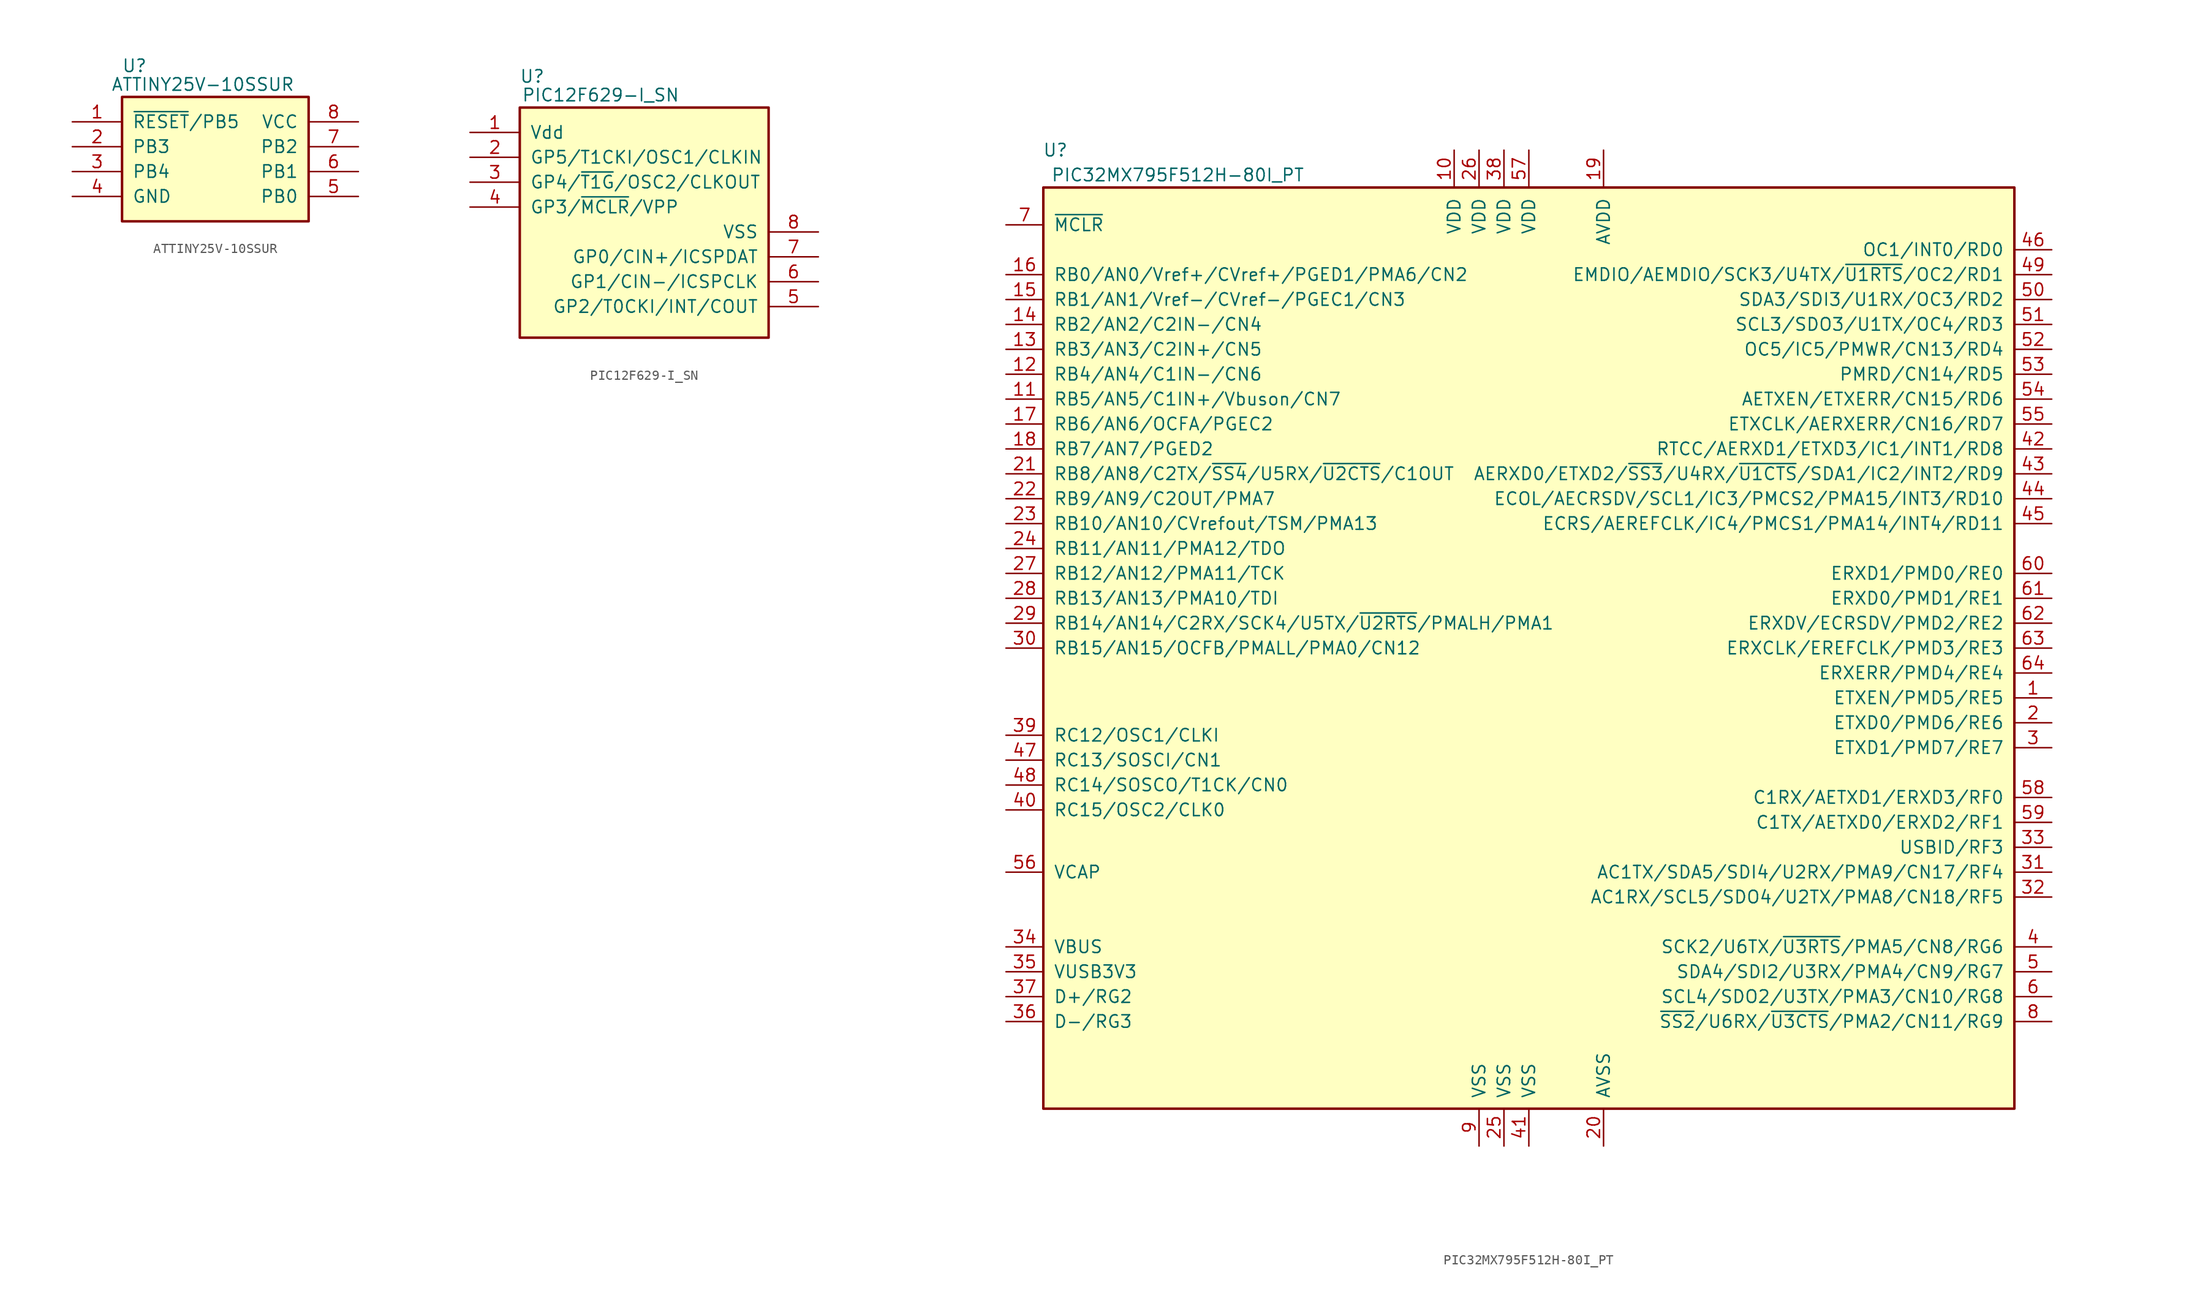
<source format=kicad_sym>
(kicad_symbol_lib
  (version 20211014)
  (generator kicad_symbol_editor)
  (symbol "ATTINY25V-10SSUR"
    (pin_names
      (offset 1.016))
    (property "Reference" "U"
      (at 1.27 3.175 0)
      (effects (font (size 1.27 1.27))))
    (property "Value" "ATTINY25V-10SSUR"
      (at 8.255 1.27 0)
      (effects (font (size 1.27 1.27))))
    (symbol "ATTINY25V-10SSUR_0_1"
      (rectangle (start 0 0) (end 19.05 -12.7) (stroke (width 0.254) (type default) (color 0 0 0 0)) (fill (type background))))
    (symbol "ATTINY25V-10SSUR_1_1"
      (pin tri_state line (at -5.08 -2.54 0) (length 5.08) (name "~{RESET}/PB5" (effects (font (size 1.27 1.27)))) (number "1" (effects (font (size 1.27 1.27)))))
      (pin tri_state line (at -5.08 -5.08 0) (length 5.08) (name "PB3" (effects (font (size 1.27 1.27)))) (number "2" (effects (font (size 1.27 1.27)))))
      (pin tri_state line (at -5.08 -7.62 0) (length 5.08) (name "PB4" (effects (font (size 1.27 1.27)))) (number "3" (effects (font (size 1.27 1.27)))))
      (pin power_in line (at -5.08 -10.16 0) (length 5.08) (name "GND" (effects (font (size 1.27 1.27)))) (number "4" (effects (font (size 1.27 1.27)))))
      (pin tri_state line (at 24.13 -10.16 180) (length 5.08) (name "PB0" (effects (font (size 1.27 1.27)))) (number "5" (effects (font (size 1.27 1.27)))))
      (pin tri_state line (at 24.13 -7.62 180) (length 5.08) (name "PB1" (effects (font (size 1.27 1.27)))) (number "6" (effects (font (size 1.27 1.27)))))
      (pin tri_state line (at 24.13 -5.08 180) (length 5.08) (name "PB2" (effects (font (size 1.27 1.27)))) (number "7" (effects (font (size 1.27 1.27)))))
      (pin power_in line (at 24.13 -2.54 180) (length 5.08) (name "VCC" (effects (font (size 1.27 1.27)))) (number "8" (effects (font (size 1.27 1.27)))))))
  (symbol "PIC12F629-I_SN"
    (pin_names
      (offset 1.016))
    (property "Reference" "U"
      (at 1.27 3.175 0)
      (effects (font (size 1.27 1.27))))
    (property "Value" "PIC12F629-I_SN"
      (at 8.255 1.27 0)
      (effects (font (size 1.27 1.27))))
    (symbol "PIC12F629-I_SN_0_1"
      (rectangle (start 0 0) (end 25.4 -23.495) (stroke (width 0.254) (type default) (color 0 0 0 0)) (fill (type background))))
    (symbol "PIC12F629-I_SN_1_1"
      (pin input line (at -5.08 -2.54 0) (length 5.08) (name "Vdd" (effects (font (size 1.27 1.27)))) (number "1" (effects (font (size 1.27 1.27)))))
      (pin input line (at -5.08 -5.08 0) (length 5.08) (name "GP5/T1CKI/OSC1/CLKIN" (effects (font (size 1.27 1.27)))) (number "2" (effects (font (size 1.27 1.27)))))
      (pin input line (at -5.08 -7.62 0) (length 5.08) (name "GP4/~{T1G}/OSC2/CLKOUT" (effects (font (size 1.27 1.27)))) (number "3" (effects (font (size 1.27 1.27)))))
      (pin input line (at -5.08 -10.16 0) (length 5.08) (name "GP3/~{MCLR}/VPP" (effects (font (size 1.27 1.27)))) (number "4" (effects (font (size 1.27 1.27)))))
      (pin input line (at 30.48 -20.32 180) (length 5.08) (name "GP2/T0CKI/INT/COUT" (effects (font (size 1.27 1.27)))) (number "5" (effects (font (size 1.27 1.27)))))
      (pin input line (at 30.48 -17.78 180) (length 5.08) (name "GP1/CIN-/ICSPCLK" (effects (font (size 1.27 1.27)))) (number "6" (effects (font (size 1.27 1.27)))))
      (pin input line (at 30.48 -15.24 180) (length 5.08) (name "GP0/CIN+/ICSPDAT" (effects (font (size 1.27 1.27)))) (number "7" (effects (font (size 1.27 1.27)))))
      (pin input line (at 30.48 -12.7 180) (length 5.08) (name "VSS" (effects (font (size 1.27 1.27)))) (number "8" (effects (font (size 1.27 1.27)))))))
  (symbol "PIC32MX795F512H-80I_PT"
    (pin_names
      (offset 1.016))
    (property "Reference" "U"
      (at -46.99 50.8 0)
      (effects (font (size 1.27 1.27)) (justify right)))
    (property "Value" "PIC32MX795F512H-80I_PT"
      (at -22.86 48.26 0)
      (effects (font (size 1.27 1.27)) (justify right)))
    (symbol "PIC32MX795F512H-80I_PT_0_1"
      (rectangle (start -49.53 46.99) (end 49.53 -46.99) (stroke (width 0.254) (type default) (color 0 0 0 0)) (fill (type background))))
    (symbol "PIC32MX795F512H-80I_PT_1_1"
      (pin bidirectional line (at 53.34 -5.08 180) (length 3.81) (name "ETXEN/PMD5/RE5" (effects (font (size 1.27 1.27)))) (number "1" (effects (font (size 1.27 1.27)))))
      (pin power_in line (at -7.62 50.8 270) (length 3.81) (name "VDD" (effects (font (size 1.27 1.27)))) (number "10" (effects (font (size 1.27 1.27)))))
      (pin bidirectional line (at -53.34 25.4 0) (length 3.81) (name "RB5/AN5/C1IN+/Vbuson/CN7" (effects (font (size 1.27 1.27)))) (number "11" (effects (font (size 1.27 1.27)))))
      (pin bidirectional line (at -53.34 27.94 0) (length 3.81) (name "RB4/AN4/C1IN-/CN6" (effects (font (size 1.27 1.27)))) (number "12" (effects (font (size 1.27 1.27)))))
      (pin bidirectional line (at -53.34 30.48 0) (length 3.81) (name "RB3/AN3/C2IN+/CN5" (effects (font (size 1.27 1.27)))) (number "13" (effects (font (size 1.27 1.27)))))
      (pin bidirectional line (at -53.34 33.02 0) (length 3.81) (name "RB2/AN2/C2IN-/CN4" (effects (font (size 1.27 1.27)))) (number "14" (effects (font (size 1.27 1.27)))))
      (pin bidirectional line (at -53.34 35.56 0) (length 3.81) (name "RB1/AN1/Vref-/CVref-/PGEC1/CN3" (effects (font (size 1.27 1.27)))) (number "15" (effects (font (size 1.27 1.27)))))
      (pin bidirectional line (at -53.34 38.1 0) (length 3.81) (name "RB0/AN0/Vref+/CVref+/PGED1/PMA6/CN2" (effects (font (size 1.27 1.27)))) (number "16" (effects (font (size 1.27 1.27)))))
      (pin bidirectional line (at -53.34 22.86 0) (length 3.81) (name "RB6/AN6/OCFA/PGEC2" (effects (font (size 1.27 1.27)))) (number "17" (effects (font (size 1.27 1.27)))))
      (pin bidirectional line (at -53.34 20.32 0) (length 3.81) (name "RB7/AN7/PGED2" (effects (font (size 1.27 1.27)))) (number "18" (effects (font (size 1.27 1.27)))))
      (pin power_in line (at 7.62 50.8 270) (length 3.81) (name "AVDD" (effects (font (size 1.27 1.27)))) (number "19" (effects (font (size 1.27 1.27)))))
      (pin bidirectional line (at 53.34 -7.62 180) (length 3.81) (name "ETXD0/PMD6/RE6" (effects (font (size 1.27 1.27)))) (number "2" (effects (font (size 1.27 1.27)))))
      (pin power_in line (at 7.62 -50.8 90) (length 3.81) (name "AVSS" (effects (font (size 1.27 1.27)))) (number "20" (effects (font (size 1.27 1.27)))))
      (pin bidirectional line (at -53.34 17.78 0) (length 3.81) (name "RB8/AN8/C2TX/~{SS4}/U5RX/~{U2CTS}/C1OUT" (effects (font (size 1.27 1.27)))) (number "21" (effects (font (size 1.27 1.27)))))
      (pin bidirectional line (at -53.34 15.24 0) (length 3.81) (name "RB9/AN9/C2OUT/PMA7" (effects (font (size 1.27 1.27)))) (number "22" (effects (font (size 1.27 1.27)))))
      (pin bidirectional line (at -53.34 12.7 0) (length 3.81) (name "RB10/AN10/CVrefout/TSM/PMA13" (effects (font (size 1.27 1.27)))) (number "23" (effects (font (size 1.27 1.27)))))
      (pin bidirectional line (at -53.34 10.16 0) (length 3.81) (name "RB11/AN11/PMA12/TDO" (effects (font (size 1.27 1.27)))) (number "24" (effects (font (size 1.27 1.27)))))
      (pin power_in line (at -2.54 -50.8 90) (length 3.81) (name "VSS" (effects (font (size 1.27 1.27)))) (number "25" (effects (font (size 1.27 1.27)))))
      (pin power_in line (at -5.08 50.8 270) (length 3.81) (name "VDD" (effects (font (size 1.27 1.27)))) (number "26" (effects (font (size 1.27 1.27)))))
      (pin bidirectional line (at -53.34 7.62 0) (length 3.81) (name "RB12/AN12/PMA11/TCK" (effects (font (size 1.27 1.27)))) (number "27" (effects (font (size 1.27 1.27)))))
      (pin bidirectional line (at -53.34 5.08 0) (length 3.81) (name "RB13/AN13/PMA10/TDI" (effects (font (size 1.27 1.27)))) (number "28" (effects (font (size 1.27 1.27)))))
      (pin bidirectional line (at -53.34 2.54 0) (length 3.81) (name "RB14/AN14/C2RX/SCK4/U5TX/~{U2RTS}/PMALH/PMA1" (effects (font (size 1.27 1.27)))) (number "29" (effects (font (size 1.27 1.27)))))
      (pin bidirectional line (at 53.34 -10.16 180) (length 3.81) (name "ETXD1/PMD7/RE7" (effects (font (size 1.27 1.27)))) (number "3" (effects (font (size 1.27 1.27)))))
      (pin bidirectional line (at -53.34 0 0) (length 3.81) (name "RB15/AN15/OCFB/PMALL/PMA0/CN12" (effects (font (size 1.27 1.27)))) (number "30" (effects (font (size 1.27 1.27)))))
      (pin bidirectional line (at 53.34 -22.86 180) (length 3.81) (name "AC1TX/SDA5/SDI4/U2RX/PMA9/CN17/RF4" (effects (font (size 1.27 1.27)))) (number "31" (effects (font (size 1.27 1.27)))))
      (pin bidirectional line (at 53.34 -25.4 180) (length 3.81) (name "AC1RX/SCL5/SDO4/U2TX/PMA8/CN18/RF5" (effects (font (size 1.27 1.27)))) (number "32" (effects (font (size 1.27 1.27)))))
      (pin bidirectional line (at 53.34 -20.32 180) (length 3.81) (name "USBID/RF3" (effects (font (size 1.27 1.27)))) (number "33" (effects (font (size 1.27 1.27)))))
      (pin input line (at -53.34 -30.48 0) (length 3.81) (name "VBUS" (effects (font (size 1.27 1.27)))) (number "34" (effects (font (size 1.27 1.27)))))
      (pin power_in line (at -53.34 -33.02 0) (length 3.81) (name "VUSB3V3" (effects (font (size 1.27 1.27)))) (number "35" (effects (font (size 1.27 1.27)))))
      (pin bidirectional line (at -53.34 -38.1 0) (length 3.81) (name "D-/RG3" (effects (font (size 1.27 1.27)))) (number "36" (effects (font (size 1.27 1.27)))))
      (pin bidirectional line (at -53.34 -35.56 0) (length 3.81) (name "D+/RG2" (effects (font (size 1.27 1.27)))) (number "37" (effects (font (size 1.27 1.27)))))
      (pin power_in line (at -2.54 50.8 270) (length 3.81) (name "VDD" (effects (font (size 1.27 1.27)))) (number "38" (effects (font (size 1.27 1.27)))))
      (pin bidirectional line (at -53.34 -8.89 0) (length 3.81) (name "RC12/OSC1/CLKI" (effects (font (size 1.27 1.27)))) (number "39" (effects (font (size 1.27 1.27)))))
      (pin bidirectional line (at 53.34 -30.48 180) (length 3.81) (name "SCK2/U6TX/~{U3RTS}/PMA5/CN8/RG6" (effects (font (size 1.27 1.27)))) (number "4" (effects (font (size 1.27 1.27)))))
      (pin bidirectional line (at -53.34 -16.51 0) (length 3.81) (name "RC15/OSC2/CLK0" (effects (font (size 1.27 1.27)))) (number "40" (effects (font (size 1.27 1.27)))))
      (pin power_in line (at 0 -50.8 90) (length 3.81) (name "VSS" (effects (font (size 1.27 1.27)))) (number "41" (effects (font (size 1.27 1.27)))))
      (pin bidirectional line (at 53.34 20.32 180) (length 3.81) (name "RTCC/AERXD1/ETXD3/IC1/INT1/RD8" (effects (font (size 1.27 1.27)))) (number "42" (effects (font (size 1.27 1.27)))))
      (pin bidirectional line (at 53.34 17.78 180) (length 3.81) (name "AERXD0/ETXD2/~{SS3}/U4RX/~{U1CTS}/SDA1/IC2/INT2/RD9" (effects (font (size 1.27 1.27)))) (number "43" (effects (font (size 1.27 1.27)))))
      (pin bidirectional line (at 53.34 15.24 180) (length 3.81) (name "ECOL/AECRSDV/SCL1/IC3/PMCS2/PMA15/INT3/RD10" (effects (font (size 1.27 1.27)))) (number "44" (effects (font (size 1.27 1.27)))))
      (pin bidirectional line (at 53.34 12.7 180) (length 3.81) (name "ECRS/AEREFCLK/IC4/PMCS1/PMA14/INT4/RD11" (effects (font (size 1.27 1.27)))) (number "45" (effects (font (size 1.27 1.27)))))
      (pin bidirectional line (at 53.34 40.64 180) (length 3.81) (name "OC1/INT0/RD0" (effects (font (size 1.27 1.27)))) (number "46" (effects (font (size 1.27 1.27)))))
      (pin bidirectional line (at -53.34 -11.43 0) (length 3.81) (name "RC13/SOSCI/CN1" (effects (font (size 1.27 1.27)))) (number "47" (effects (font (size 1.27 1.27)))))
      (pin bidirectional line (at -53.34 -13.97 0) (length 3.81) (name "RC14/SOSCO/T1CK/CN0" (effects (font (size 1.27 1.27)))) (number "48" (effects (font (size 1.27 1.27)))))
      (pin bidirectional line (at 53.34 38.1 180) (length 3.81) (name "EMDIO/AEMDIO/SCK3/U4TX/~{U1RTS}/OC2/RD1" (effects (font (size 1.27 1.27)))) (number "49" (effects (font (size 1.27 1.27)))))
      (pin bidirectional line (at 53.34 -33.02 180) (length 3.81) (name "SDA4/SDI2/U3RX/PMA4/CN9/RG7" (effects (font (size 1.27 1.27)))) (number "5" (effects (font (size 1.27 1.27)))))
      (pin bidirectional line (at 53.34 35.56 180) (length 3.81) (name "SDA3/SDI3/U1RX/OC3/RD2" (effects (font (size 1.27 1.27)))) (number "50" (effects (font (size 1.27 1.27)))))
      (pin bidirectional line (at 53.34 33.02 180) (length 3.81) (name "SCL3/SDO3/U1TX/OC4/RD3" (effects (font (size 1.27 1.27)))) (number "51" (effects (font (size 1.27 1.27)))))
      (pin bidirectional line (at 53.34 30.48 180) (length 3.81) (name "OC5/IC5/PMWR/CN13/RD4" (effects (font (size 1.27 1.27)))) (number "52" (effects (font (size 1.27 1.27)))))
      (pin bidirectional line (at 53.34 27.94 180) (length 3.81) (name "PMRD/CN14/RD5" (effects (font (size 1.27 1.27)))) (number "53" (effects (font (size 1.27 1.27)))))
      (pin bidirectional line (at 53.34 25.4 180) (length 3.81) (name "AETXEN/ETXERR/CN15/RD6" (effects (font (size 1.27 1.27)))) (number "54" (effects (font (size 1.27 1.27)))))
      (pin bidirectional line (at 53.34 22.86 180) (length 3.81) (name "ETXCLK/AERXERR/CN16/RD7" (effects (font (size 1.27 1.27)))) (number "55" (effects (font (size 1.27 1.27)))))
      (pin power_out line (at -53.34 -22.86 0) (length 3.81) (name "VCAP" (effects (font (size 1.27 1.27)))) (number "56" (effects (font (size 1.27 1.27)))))
      (pin power_in line (at 0 50.8 270) (length 3.81) (name "VDD" (effects (font (size 1.27 1.27)))) (number "57" (effects (font (size 1.27 1.27)))))
      (pin bidirectional line (at 53.34 -15.24 180) (length 3.81) (name "C1RX/AETXD1/ERXD3/RF0" (effects (font (size 1.27 1.27)))) (number "58" (effects (font (size 1.27 1.27)))))
      (pin bidirectional line (at 53.34 -17.78 180) (length 3.81) (name "C1TX/AETXD0/ERXD2/RF1" (effects (font (size 1.27 1.27)))) (number "59" (effects (font (size 1.27 1.27)))))
      (pin bidirectional line (at 53.34 -35.56 180) (length 3.81) (name "SCL4/SDO2/U3TX/PMA3/CN10/RG8" (effects (font (size 1.27 1.27)))) (number "6" (effects (font (size 1.27 1.27)))))
      (pin bidirectional line (at 53.34 7.62 180) (length 3.81) (name "ERXD1/PMD0/RE0" (effects (font (size 1.27 1.27)))) (number "60" (effects (font (size 1.27 1.27)))))
      (pin bidirectional line (at 53.34 5.08 180) (length 3.81) (name "ERXD0/PMD1/RE1" (effects (font (size 1.27 1.27)))) (number "61" (effects (font (size 1.27 1.27)))))
      (pin bidirectional line (at 53.34 2.54 180) (length 3.81) (name "ERXDV/ECRSDV/PMD2/RE2" (effects (font (size 1.27 1.27)))) (number "62" (effects (font (size 1.27 1.27)))))
      (pin bidirectional line (at 53.34 0 180) (length 3.81) (name "ERXCLK/EREFCLK/PMD3/RE3" (effects (font (size 1.27 1.27)))) (number "63" (effects (font (size 1.27 1.27)))))
      (pin bidirectional line (at 53.34 -2.54 180) (length 3.81) (name "ERXERR/PMD4/RE4" (effects (font (size 1.27 1.27)))) (number "64" (effects (font (size 1.27 1.27)))))
      (pin input line (at -53.34 43.18 0) (length 3.81) (name "~{MCLR}" (effects (font (size 1.27 1.27)))) (number "7" (effects (font (size 1.27 1.27)))))
      (pin bidirectional line (at 53.34 -38.1 180) (length 3.81) (name "~{SS2}/U6RX/~{U3CTS}/PMA2/CN11/RG9" (effects (font (size 1.27 1.27)))) (number "8" (effects (font (size 1.27 1.27)))))
      (pin power_in line (at -5.08 -50.8 90) (length 3.81) (name "VSS" (effects (font (size 1.27 1.27)))) (number "9" (effects (font (size 1.27 1.27))))))))
</source>
